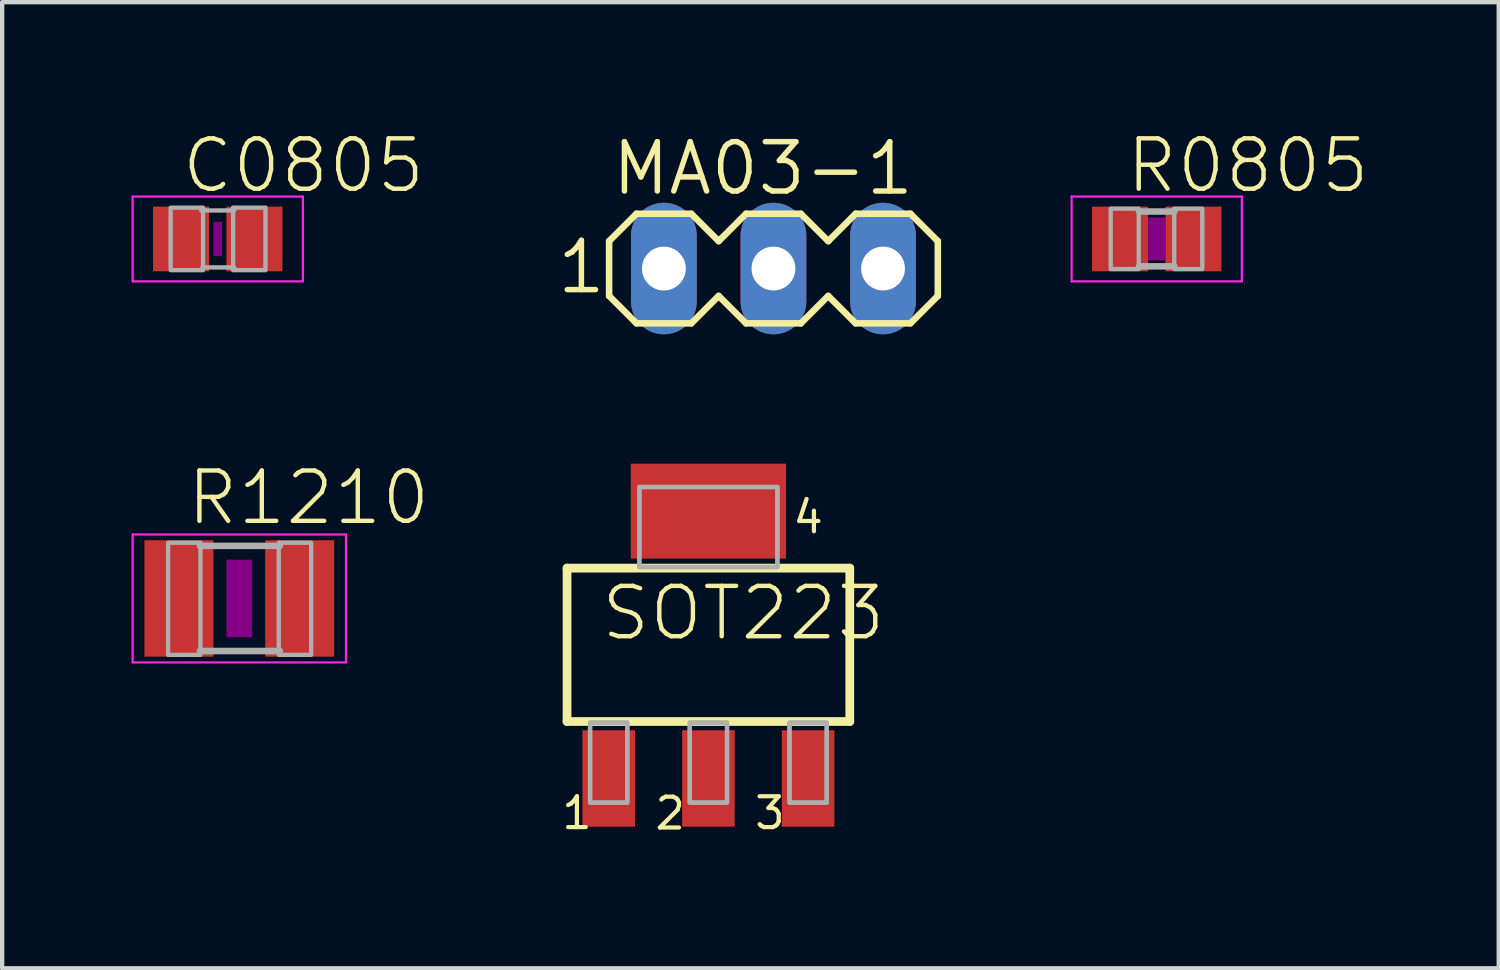
<source format=kicad_pcb>
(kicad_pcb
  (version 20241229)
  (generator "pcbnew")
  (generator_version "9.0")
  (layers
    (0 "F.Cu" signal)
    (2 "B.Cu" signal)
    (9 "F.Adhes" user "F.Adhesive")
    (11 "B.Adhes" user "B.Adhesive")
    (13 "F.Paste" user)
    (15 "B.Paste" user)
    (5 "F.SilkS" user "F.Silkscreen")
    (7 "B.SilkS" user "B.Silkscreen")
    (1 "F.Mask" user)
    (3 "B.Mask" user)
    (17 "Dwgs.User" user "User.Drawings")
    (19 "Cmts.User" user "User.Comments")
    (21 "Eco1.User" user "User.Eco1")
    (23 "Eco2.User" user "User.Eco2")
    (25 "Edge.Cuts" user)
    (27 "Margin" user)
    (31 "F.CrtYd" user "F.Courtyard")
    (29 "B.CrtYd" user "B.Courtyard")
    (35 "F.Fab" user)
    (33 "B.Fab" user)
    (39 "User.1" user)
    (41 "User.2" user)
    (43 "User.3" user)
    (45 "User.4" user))
  (footprint "MA03-1"
    (layer "F.Cu")
    (at 14.88 3.175)
    (property "Reference" "MA03-1" (at -3.81 -1.651 0) (unlocked yes) (layer "F.SilkS") (effects (font (size 1.143 1.143) (thickness 0.127)) (justify left bottom)))
    (fp_line (start -3.81 -0.635) (end -3.81 0.635) (stroke (width 0.152) (type solid)) (layer "F.SilkS"))
    (fp_line (start -3.81 0.635) (end -3.175 1.27) (stroke (width 0.152) (type solid)) (layer "F.SilkS"))
    (fp_line (start -3.175 -1.27) (end -3.81 -0.635) (stroke (width 0.152) (type solid)) (layer "F.SilkS"))
    (fp_line (start -3.175 -1.27) (end -1.905 -1.27) (stroke (width 0.152) (type solid)) (layer "F.SilkS"))
    (fp_line (start -1.905 -1.27) (end -1.27 -0.635) (stroke (width 0.152) (type solid)) (layer "F.SilkS"))
    (fp_line (start -1.905 1.27) (end -3.175 1.27) (stroke (width 0.152) (type solid)) (layer "F.SilkS"))
    (fp_line (start -1.27 -0.635) (end -0.635 -1.27) (stroke (width 0.152) (type solid)) (layer "F.SilkS"))
    (fp_line (start -1.27 0.635) (end -1.905 1.27) (stroke (width 0.152) (type solid)) (layer "F.SilkS"))
    (fp_line (start -0.635 -1.27) (end 0.635 -1.27) (stroke (width 0.152) (type solid)) (layer "F.SilkS"))
    (fp_line (start -0.635 1.27) (end -1.27 0.635) (stroke (width 0.152) (type solid)) (layer "F.SilkS"))
    (fp_line (start 0.635 -1.27) (end 1.27 -0.635) (stroke (width 0.152) (type solid)) (layer "F.SilkS"))
    (fp_line (start 0.635 1.27) (end -0.635 1.27) (stroke (width 0.152) (type solid)) (layer "F.SilkS"))
    (fp_line (start 1.27 -0.635) (end 1.905 -1.27) (stroke (width 0.152) (type solid)) (layer "F.SilkS"))
    (fp_line (start 1.27 0.635) (end 0.635 1.27) (stroke (width 0.152) (type solid)) (layer "F.SilkS"))
    (fp_line (start 1.905 -1.27) (end 3.175 -1.27) (stroke (width 0.152) (type solid)) (layer "F.SilkS"))
    (fp_line (start 1.905 1.27) (end 1.27 0.635) (stroke (width 0.152) (type solid)) (layer "F.SilkS"))
    (fp_line (start 3.175 -1.27) (end 3.81 -0.635) (stroke (width 0.152) (type solid)) (layer "F.SilkS"))
    (fp_line (start 3.175 1.27) (end 1.905 1.27) (stroke (width 0.152) (type solid)) (layer "F.SilkS"))
    (fp_line (start 3.81 -0.635) (end 3.81 0.635) (stroke (width 0.152) (type solid)) (layer "F.SilkS"))
    (fp_line (start 3.81 0.635) (end 3.175 1.27) (stroke (width 0.152) (type solid)) (layer "F.SilkS"))
    (fp_poly (pts (xy -2.794 0.254) (xy -2.286 0.254) (xy -2.286 -0.254) (xy -2.794 -0.254)) (stroke (width 0.1) (type default)) (fill no) (layer "F.Fab"))
    (fp_poly (pts (xy -0.254 0.254) (xy 0.254 0.254) (xy 0.254 -0.254) (xy -0.254 -0.254)) (stroke (width 0.1) (type default)) (fill no) (layer "F.Fab"))
    (fp_poly (pts (xy 2.286 0.254) (xy 2.794 0.254) (xy 2.794 -0.254) (xy 2.286 -0.254)) (stroke (width 0.1) (type default)) (fill no) (layer "F.Fab"))
    (fp_text user "1" (at -5.08 0.635 0) (layer "F.SilkS") (effects (font (size 1.143 1.143) (thickness 0.127)) (justify left bottom)))
    (pad "1" thru_hole oval (at -2.54 0 90) (size 3.048 1.524) (drill 1.016) (layers "*.Cu" "*.Mask"))
    (pad "2" thru_hole oval (at 0 0 90) (size 3.048 1.524) (drill 1.016) (layers "*.Cu" "*.Mask"))
    (pad "3" thru_hole oval (at 2.54 0 90) (size 3.048 1.524) (drill 1.016) (layers "*.Cu" "*.Mask")))
  (footprint "C0805"
    (layer "F.Cu")
    (at 1.998 2.489)
    (property "Reference" "C0805" (at -0.889 -1.016 0) (unlocked yes) (layer "F.SilkS") (effects (font (size 1.168 1.168) (thickness 0.102)) (justify left bottom)))
    (fp_poly (pts (xy -0.1 0.4) (xy 0.1 0.4) (xy 0.1 -0.4) (xy -0.1 -0.4)) (stroke (width 0) (type default)) (fill yes) (layer "F.Adhes"))
    (fp_line (start -1.973 -0.983) (end 1.973 -0.983) (stroke (width 0.051) (type solid)) (layer "F.CrtYd"))
    (fp_line (start -1.973 0.983) (end -1.973 -0.983) (stroke (width 0.051) (type solid)) (layer "F.CrtYd"))
    (fp_line (start 1.973 -0.983) (end 1.973 0.983) (stroke (width 0.051) (type solid)) (layer "F.CrtYd"))
    (fp_line (start 1.973 0.983) (end -1.973 0.983) (stroke (width 0.051) (type solid)) (layer "F.CrtYd"))
    (fp_line (start -0.381 -0.66) (end 0.381 -0.66) (stroke (width 0.102) (type solid)) (layer "F.Fab"))
    (fp_line (start -0.356 0.66) (end 0.381 0.66) (stroke (width 0.102) (type solid)) (layer "F.Fab"))
    (fp_poly (pts (xy -1.092 0.724) (xy -0.342 0.724) (xy -0.342 -0.726) (xy -1.092 -0.726)) (stroke (width 0.1) (type default)) (fill no) (layer "F.Fab"))
    (fp_poly (pts (xy 0.356 0.724) (xy 1.106 0.724) (xy 1.106 -0.726) (xy 0.356 -0.726)) (stroke (width 0.1) (type default)) (fill no) (layer "F.Fab"))
    (pad "1" smd rect (at -0.85 0) (size 1.3 1.5) (layers "F.Cu" "F.Mask" "F.Paste"))
    (pad "2" smd rect (at 0.85 0) (size 1.3 1.5) (layers "F.Cu" "F.Mask" "F.Paste")))
  (footprint "R1210"
    (layer "F.Cu")
    (at 2.498 10.823)
    (property "Reference" "R1210" (at -1.27 -1.651 0) (unlocked yes) (layer "F.SilkS") (effects (font (size 1.168 1.168) (thickness 0.102)) (justify left bottom)))
    (fp_poly (pts (xy -0.3 0.9) (xy 0.3 0.9) (xy 0.3 -0.9) (xy -0.3 -0.9)) (stroke (width 0) (type default)) (fill yes) (layer "F.Adhes"))
    (fp_line (start -2.473 -1.483) (end 2.473 -1.483) (stroke (width 0.051) (type solid)) (layer "F.CrtYd"))
    (fp_line (start -2.473 1.483) (end -2.473 -1.483) (stroke (width 0.051) (type solid)) (layer "F.CrtYd"))
    (fp_line (start 2.473 -1.483) (end 2.473 1.483) (stroke (width 0.051) (type solid)) (layer "F.CrtYd"))
    (fp_line (start 2.473 1.483) (end -2.473 1.483) (stroke (width 0.051) (type solid)) (layer "F.CrtYd"))
    (fp_line (start -0.913 -1.219) (end 0.939 -1.219) (stroke (width 0.152) (type solid)) (layer "F.Fab"))
    (fp_line (start -0.913 1.219) (end 0.939 1.219) (stroke (width 0.152) (type solid)) (layer "F.Fab"))
    (fp_poly (pts (xy -1.651 1.308) (xy -0.901 1.308) (xy -0.901 -1.292) (xy -1.651 -1.292)) (stroke (width 0.1) (type default)) (fill no) (layer "F.Fab"))
    (fp_poly (pts (xy 0.914 1.308) (xy 1.665 1.308) (xy 1.665 -1.292) (xy 0.914 -1.292)) (stroke (width 0.1) (type default)) (fill no) (layer "F.Fab"))
    (pad "1" smd rect (at -1.4 0) (size 1.6 2.7) (layers "F.Cu" "F.Mask" "F.Paste"))
    (pad "2" smd rect (at 1.4 0) (size 1.6 2.7) (layers "F.Cu" "F.Mask" "F.Paste")))
  (footprint "R0805"
    (layer "F.Cu")
    (at 23.765 2.489)
    (property "Reference" "R0805" (at -0.762 -1.016 0) (unlocked yes) (layer "F.SilkS") (effects (font (size 1.168 1.168) (thickness 0.102)) (justify left bottom)))
    (fp_poly (pts (xy -0.2 0.5) (xy 0.2 0.5) (xy 0.2 -0.5) (xy -0.2 -0.5)) (stroke (width 0) (type default)) (fill yes) (layer "F.Adhes"))
    (fp_line (start -1.973 -0.983) (end 1.973 -0.983) (stroke (width 0.051) (type solid)) (layer "F.CrtYd"))
    (fp_line (start -1.973 0.983) (end -1.973 -0.983) (stroke (width 0.051) (type solid)) (layer "F.CrtYd"))
    (fp_line (start 1.973 -0.983) (end 1.973 0.983) (stroke (width 0.051) (type solid)) (layer "F.CrtYd"))
    (fp_line (start 1.973 0.983) (end -1.973 0.983) (stroke (width 0.051) (type solid)) (layer "F.CrtYd"))
    (fp_line (start -0.41 -0.635) (end 0.41 -0.635) (stroke (width 0.152) (type solid)) (layer "F.Fab"))
    (fp_line (start -0.41 0.635) (end 0.41 0.635) (stroke (width 0.152) (type solid)) (layer "F.Fab"))
    (fp_poly (pts (xy -1.067 0.699) (xy -0.417 0.699) (xy -0.417 -0.702) (xy -1.067 -0.702)) (stroke (width 0.1) (type default)) (fill no) (layer "F.Fab"))
    (fp_poly (pts (xy 0.406 0.699) (xy 1.056 0.699) (xy 1.056 -0.702) (xy 0.406 -0.702)) (stroke (width 0.1) (type default)) (fill no) (layer "F.Fab"))
    (pad "1" smd rect (at -0.85 0) (size 1.3 1.5) (layers "F.Cu" "F.Mask" "F.Paste"))
    (pad "2" smd rect (at 0.85 0) (size 1.3 1.5) (layers "F.Cu" "F.Mask" "F.Paste")))
  (footprint "SOT223"
    (layer "F.Cu")
    (at 13.372 11.898)
    (property "Reference" "SOT223" (at -2.54 -0.051 0) (unlocked yes) (layer "F.SilkS") (effects (font (size 1.168 1.168) (thickness 0.102)) (justify left bottom)))
    (fp_line (start -3.277 -1.778) (end 3.277 -1.778) (stroke (width 0.203) (type solid)) (layer "F.SilkS"))
    (fp_line (start -3.277 1.778) (end -3.277 -1.778) (stroke (width 0.203) (type solid)) (layer "F.SilkS"))
    (fp_line (start 3.277 -1.778) (end 3.277 1.778) (stroke (width 0.203) (type solid)) (layer "F.SilkS"))
    (fp_line (start 3.277 1.778) (end -3.277 1.778) (stroke (width 0.203) (type solid)) (layer "F.SilkS"))
    (fp_poly (pts (xy -2.743 3.658) (xy -1.88 3.658) (xy -1.88 1.803) (xy -2.743 1.803)) (stroke (width 0.1) (type default)) (fill no) (layer "F.Fab"))
    (fp_poly (pts (xy -2.743 3.658) (xy -1.88 3.658) (xy -1.88 1.803) (xy -2.743 1.803)) (stroke (width 0.1) (type default)) (fill no) (layer "F.Fab"))
    (fp_poly (pts (xy -1.6 -1.803) (xy 1.6 -1.803) (xy 1.6 -3.658) (xy -1.6 -3.658)) (stroke (width 0.1) (type default)) (fill no) (layer "F.Fab"))
    (fp_poly (pts (xy -1.6 -1.803) (xy 1.6 -1.803) (xy 1.6 -3.658) (xy -1.6 -3.658)) (stroke (width 0.1) (type default)) (fill no) (layer "F.Fab"))
    (fp_poly (pts (xy -0.432 3.658) (xy 0.432 3.658) (xy 0.432 1.803) (xy -0.432 1.803)) (stroke (width 0.1) (type default)) (fill no) (layer "F.Fab"))
    (fp_poly (pts (xy -0.432 3.658) (xy 0.432 3.658) (xy 0.432 1.803) (xy -0.432 1.803)) (stroke (width 0.1) (type default)) (fill no) (layer "F.Fab"))
    (fp_poly (pts (xy 1.88 3.658) (xy 2.743 3.658) (xy 2.743 1.803) (xy 1.88 1.803)) (stroke (width 0.1) (type default)) (fill no) (layer "F.Fab"))
    (fp_poly (pts (xy 1.88 3.658) (xy 2.743 3.658) (xy 2.743 1.803) (xy 1.88 1.803)) (stroke (width 0.1) (type default)) (fill no) (layer "F.Fab"))
    (fp_text user "2" (at -1.291 4.327 0) (layer "F.SilkS") (effects (font (size 0.715 0.715) (thickness 0.098)) (justify left bottom)))
    (fp_text user "4" (at 1.905 -2.54 0) (layer "F.SilkS") (effects (font (size 0.715 0.715) (thickness 0.098)) (justify left bottom)))
    (fp_text user "3" (at 1.021 4.318 0) (layer "F.SilkS") (effects (font (size 0.715 0.715) (thickness 0.098)) (justify left bottom)))
    (fp_text user "1" (at -3.453 4.318 0) (layer "F.SilkS") (effects (font (size 0.715 0.715) (thickness 0.098)) (justify left bottom)))
    (pad "1" smd rect (at -2.311 3.099) (size 1.219 2.235) (layers "F.Cu" "F.Mask" "F.Paste"))
    (pad "2" smd rect (at 0 3.099) (size 1.219 2.235) (layers "F.Cu" "F.Mask" "F.Paste"))
    (pad "3" smd rect (at 2.311 3.099) (size 1.219 2.235) (layers "F.Cu" "F.Mask" "F.Paste"))
    (pad "4" smd rect (at 0 -3.099) (size 3.6 2.2) (layers "F.Cu" "F.Mask" "F.Paste")))
  (gr_rect
    (start -3 -3)
    (end 31.693 19.397)
    (stroke (width 0.1) (type default))
    (fill no)
    (layer "Edge.Cuts")))
</source>
